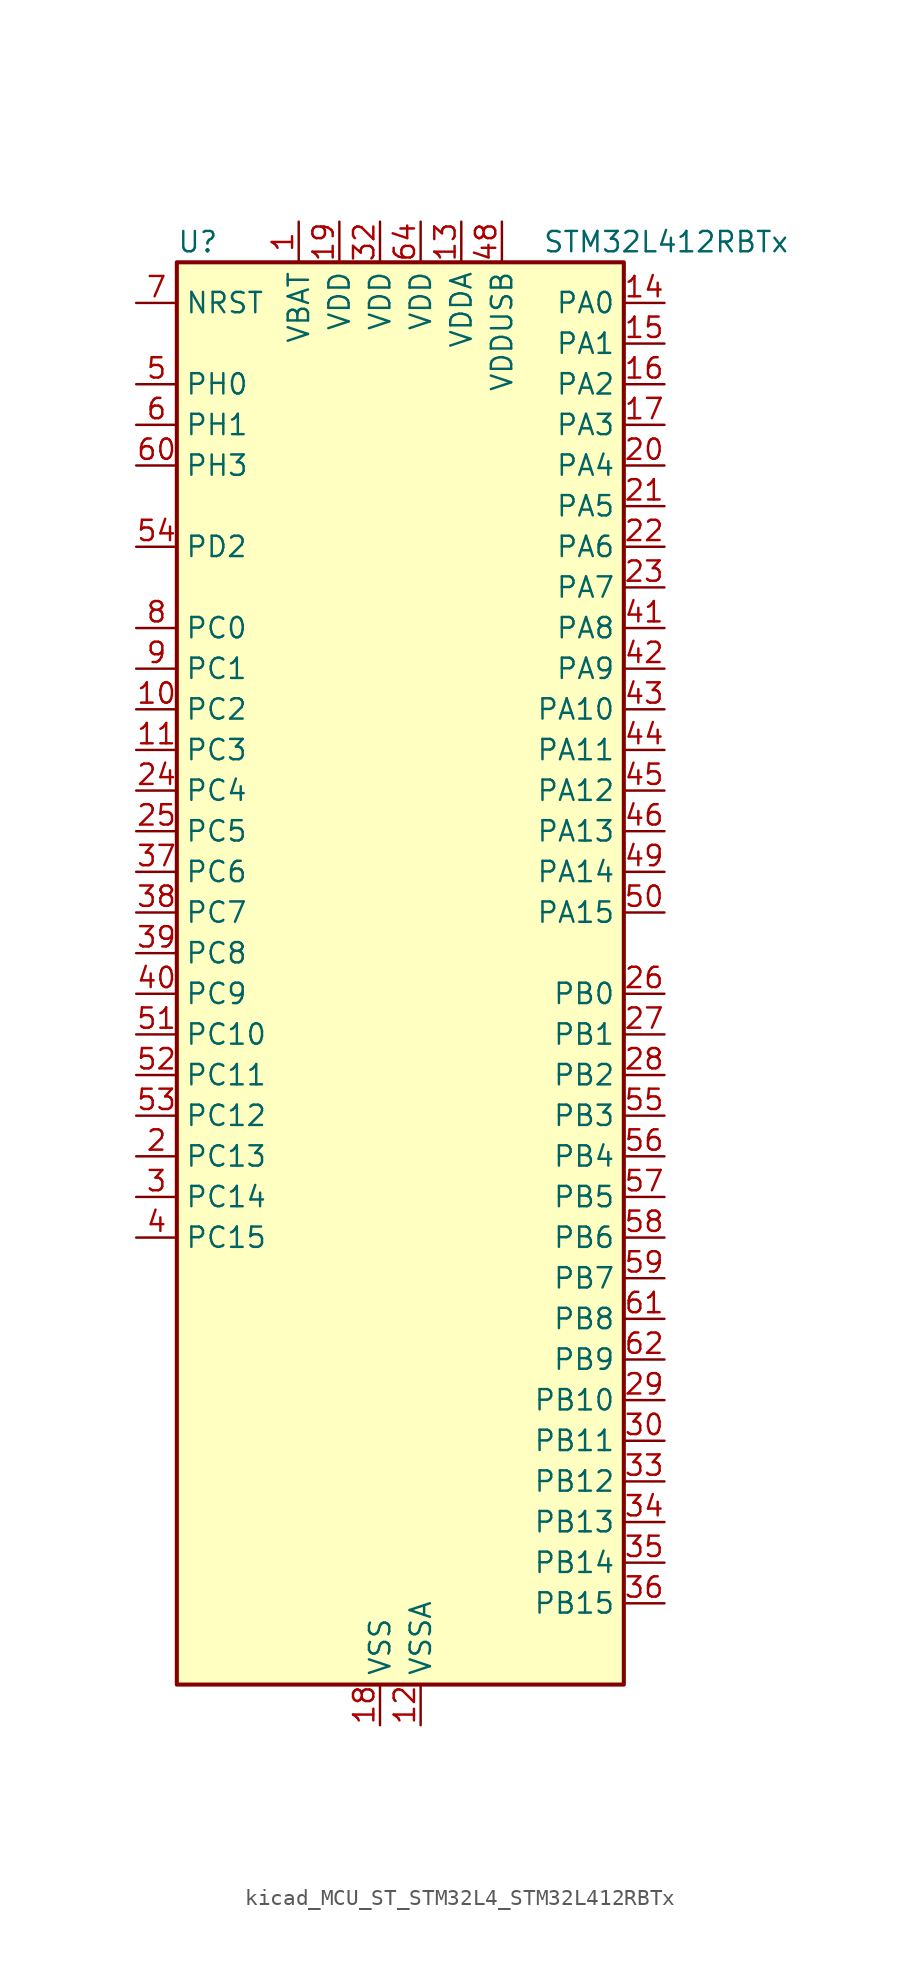
<source format=kicad_sym>
(kicad_symbol_lib
  (version 20220914)
  (generator kicad_symbol_editor)
  (symbol "kicad_MCU_ST_STM32L4_STM32L412RBTx"
    (property "Reference" "U"
      (at -12.7 46.99 0)
      (effects (font (size 1.27 1.27)) (justify left)))
    (property "Value" "STM32L412RBTx"
      (at 10.16 46.99 0)
      (effects (font (size 1.27 1.27)) (justify left)))
    (property "ki_locked" ""
      (at 0 0 0)
      (effects (font (size 1.27 1.27))))
    (symbol "kicad_MCU_ST_STM32L4_STM32L412RBTx_0_1"
      (rectangle (start -12.7 -43.18) (end 15.24 45.72) (stroke (width 0.254) (type default)) (fill (type background))))
    (symbol "kicad_MCU_ST_STM32L4_STM32L412RBTx_1_1"
      (pin power_in line (at -5.08 48.26 270) (length 2.54) (name "VBAT" (effects (font (size 1.27 1.27)))) (number "1" (effects (font (size 1.27 1.27)))))
      (pin bidirectional line (at -15.24 17.78 0) (length 2.54) (name "PC2" (effects (font (size 1.27 1.27)))) (number "10" (effects (font (size 1.27 1.27)))) (alternate "ADC1_IN3" bidirectional line) (alternate "ADC2_IN3" bidirectional line) (alternate "LPTIM1_IN2" bidirectional line) (alternate "SPI2_MISO" bidirectional line))
      (pin bidirectional line (at -15.24 15.24 0) (length 2.54) (name "PC3" (effects (font (size 1.27 1.27)))) (number "11" (effects (font (size 1.27 1.27)))) (alternate "ADC1_IN4" bidirectional line) (alternate "ADC2_IN4" bidirectional line) (alternate "LPTIM1_ETR" bidirectional line) (alternate "LPTIM2_ETR" bidirectional line) (alternate "SPI2_MOSI" bidirectional line))
      (pin power_in line (at 2.54 -45.72 90) (length 2.54) (name "VSSA" (effects (font (size 1.27 1.27)))) (number "12" (effects (font (size 1.27 1.27)))))
      (pin power_in line (at 5.08 48.26 270) (length 2.54) (name "VDDA" (effects (font (size 1.27 1.27)))) (number "13" (effects (font (size 1.27 1.27)))))
      (pin bidirectional line (at 17.78 43.18 180) (length 2.54) (name "PA0" (effects (font (size 1.27 1.27)))) (number "14" (effects (font (size 1.27 1.27)))) (alternate "ADC1_IN5" bidirectional line) (alternate "COMP1_INM" bidirectional line) (alternate "COMP1_OUT" bidirectional line) (alternate "OPAMP1_VINP" bidirectional line) (alternate "RTC_TAMP2" bidirectional line) (alternate "SYS_WKUP1" bidirectional line) (alternate "TIM2_CH1" bidirectional line) (alternate "TIM2_ETR" bidirectional line) (alternate "USART2_CTS" bidirectional line))
      (pin bidirectional line (at 17.78 40.64 180) (length 2.54) (name "PA1" (effects (font (size 1.27 1.27)))) (number "15" (effects (font (size 1.27 1.27)))) (alternate "ADC1_IN6" bidirectional line) (alternate "COMP1_INP" bidirectional line) (alternate "I2C1_SMBA" bidirectional line) (alternate "OPAMP1_VINM" bidirectional line) (alternate "SPI1_SCK" bidirectional line) (alternate "TIM15_CH1N" bidirectional line) (alternate "TIM2_CH2" bidirectional line) (alternate "USART2_DE" bidirectional line) (alternate "USART2_RTS" bidirectional line))
      (pin bidirectional line (at 17.78 38.1 180) (length 2.54) (name "PA2" (effects (font (size 1.27 1.27)))) (number "16" (effects (font (size 1.27 1.27)))) (alternate "ADC1_IN7" bidirectional line) (alternate "ADC2_IN7" bidirectional line) (alternate "LPUART1_TX" bidirectional line) (alternate "QUADSPI_BK1_NCS" bidirectional line) (alternate "RCC_LSCO" bidirectional line) (alternate "SYS_WKUP4" bidirectional line) (alternate "TIM15_CH1" bidirectional line) (alternate "TIM2_CH3" bidirectional line) (alternate "USART2_TX" bidirectional line))
      (pin bidirectional line (at 17.78 35.56 180) (length 2.54) (name "PA3" (effects (font (size 1.27 1.27)))) (number "17" (effects (font (size 1.27 1.27)))) (alternate "ADC1_IN8" bidirectional line) (alternate "ADC2_IN8" bidirectional line) (alternate "LPUART1_RX" bidirectional line) (alternate "OPAMP1_VOUT" bidirectional line) (alternate "QUADSPI_CLK" bidirectional line) (alternate "TIM15_CH2" bidirectional line) (alternate "TIM2_CH4" bidirectional line) (alternate "USART2_RX" bidirectional line))
      (pin power_in line (at 0 -45.72 90) (length 2.54) (name "VSS" (effects (font (size 1.27 1.27)))) (number "18" (effects (font (size 1.27 1.27)))))
      (pin power_in line (at -2.54 48.26 270) (length 2.54) (name "VDD" (effects (font (size 1.27 1.27)))) (number "19" (effects (font (size 1.27 1.27)))))
      (pin bidirectional line (at -15.24 -10.16 0) (length 2.54) (name "PC13" (effects (font (size 1.27 1.27)))) (number "2" (effects (font (size 1.27 1.27)))) (alternate "RTC_OUT_ALARM" bidirectional line) (alternate "RTC_OUT_CALIB" bidirectional line) (alternate "RTC_TAMP1" bidirectional line) (alternate "RTC_TS" bidirectional line) (alternate "SYS_WKUP2" bidirectional line))
      (pin bidirectional line (at 17.78 33.02 180) (length 2.54) (name "PA4" (effects (font (size 1.27 1.27)))) (number "20" (effects (font (size 1.27 1.27)))) (alternate "ADC1_IN9" bidirectional line) (alternate "ADC2_IN9" bidirectional line) (alternate "COMP1_INM" bidirectional line) (alternate "LPTIM2_OUT" bidirectional line) (alternate "SPI1_NSS" bidirectional line) (alternate "USART2_CK" bidirectional line))
      (pin bidirectional line (at 17.78 30.48 180) (length 2.54) (name "PA5" (effects (font (size 1.27 1.27)))) (number "21" (effects (font (size 1.27 1.27)))) (alternate "ADC1_IN10" bidirectional line) (alternate "ADC2_IN10" bidirectional line) (alternate "COMP1_INM" bidirectional line) (alternate "LPTIM2_ETR" bidirectional line) (alternate "SPI1_SCK" bidirectional line) (alternate "TIM2_CH1" bidirectional line) (alternate "TIM2_ETR" bidirectional line))
      (pin bidirectional line (at 17.78 27.94 180) (length 2.54) (name "PA6" (effects (font (size 1.27 1.27)))) (number "22" (effects (font (size 1.27 1.27)))) (alternate "ADC1_IN11" bidirectional line) (alternate "ADC2_IN11" bidirectional line) (alternate "COMP1_OUT" bidirectional line) (alternate "LPUART1_CTS" bidirectional line) (alternate "QUADSPI_BK1_IO3" bidirectional line) (alternate "SPI1_MISO" bidirectional line) (alternate "TIM16_CH1" bidirectional line) (alternate "TIM1_BKIN" bidirectional line) (alternate "USART3_CTS" bidirectional line))
      (pin bidirectional line (at 17.78 25.4 180) (length 2.54) (name "PA7" (effects (font (size 1.27 1.27)))) (number "23" (effects (font (size 1.27 1.27)))) (alternate "ADC1_IN12" bidirectional line) (alternate "ADC2_IN12" bidirectional line) (alternate "I2C3_SCL" bidirectional line) (alternate "QUADSPI_BK1_IO2" bidirectional line) (alternate "SPI1_MOSI" bidirectional line) (alternate "TIM1_CH1N" bidirectional line))
      (pin bidirectional line (at -15.24 12.7 0) (length 2.54) (name "PC4" (effects (font (size 1.27 1.27)))) (number "24" (effects (font (size 1.27 1.27)))) (alternate "ADC1_IN13" bidirectional line) (alternate "ADC2_IN13" bidirectional line) (alternate "COMP1_INM" bidirectional line) (alternate "USART3_TX" bidirectional line))
      (pin bidirectional line (at -15.24 10.16 0) (length 2.54) (name "PC5" (effects (font (size 1.27 1.27)))) (number "25" (effects (font (size 1.27 1.27)))) (alternate "ADC1_IN14" bidirectional line) (alternate "ADC2_IN14" bidirectional line) (alternate "COMP1_INP" bidirectional line) (alternate "SYS_WKUP5" bidirectional line) (alternate "USART3_RX" bidirectional line))
      (pin bidirectional line (at 17.78 0 180) (length 2.54) (name "PB0" (effects (font (size 1.27 1.27)))) (number "26" (effects (font (size 1.27 1.27)))) (alternate "ADC1_IN15" bidirectional line) (alternate "ADC2_IN15" bidirectional line) (alternate "COMP1_OUT" bidirectional line) (alternate "QUADSPI_BK1_IO1" bidirectional line) (alternate "SPI1_NSS" bidirectional line) (alternate "SYS_TRACED0" bidirectional line) (alternate "TIM1_CH2N" bidirectional line) (alternate "USART3_CK" bidirectional line))
      (pin bidirectional line (at 17.78 -2.54 180) (length 2.54) (name "PB1" (effects (font (size 1.27 1.27)))) (number "27" (effects (font (size 1.27 1.27)))) (alternate "ADC1_IN16" bidirectional line) (alternate "ADC2_IN16" bidirectional line) (alternate "COMP1_INM" bidirectional line) (alternate "LPTIM2_IN1" bidirectional line) (alternate "LPUART1_DE" bidirectional line) (alternate "LPUART1_RTS" bidirectional line) (alternate "QUADSPI_BK1_IO0" bidirectional line) (alternate "SYS_TRACED1" bidirectional line) (alternate "TIM1_CH3N" bidirectional line) (alternate "USART3_DE" bidirectional line) (alternate "USART3_RTS" bidirectional line))
      (pin bidirectional line (at 17.78 -5.08 180) (length 2.54) (name "PB2" (effects (font (size 1.27 1.27)))) (number "28" (effects (font (size 1.27 1.27)))) (alternate "COMP1_INP" bidirectional line) (alternate "I2C3_SMBA" bidirectional line) (alternate "LPTIM1_OUT" bidirectional line) (alternate "RTC_OUT_ALARM" bidirectional line) (alternate "RTC_OUT_CALIB" bidirectional line))
      (pin bidirectional line (at 17.78 -25.4 180) (length 2.54) (name "PB10" (effects (font (size 1.27 1.27)))) (number "29" (effects (font (size 1.27 1.27)))) (alternate "COMP1_OUT" bidirectional line) (alternate "I2C2_SCL" bidirectional line) (alternate "LPUART1_RX" bidirectional line) (alternate "QUADSPI_CLK" bidirectional line) (alternate "SPI2_SCK" bidirectional line) (alternate "TIM2_CH3" bidirectional line) (alternate "TSC_SYNC" bidirectional line) (alternate "USART3_TX" bidirectional line))
      (pin bidirectional line (at -15.24 -12.7 0) (length 2.54) (name "PC14" (effects (font (size 1.27 1.27)))) (number "3" (effects (font (size 1.27 1.27)))) (alternate "RCC_OSC32_IN" bidirectional line))
      (pin bidirectional line (at 17.78 -27.94 180) (length 2.54) (name "PB11" (effects (font (size 1.27 1.27)))) (number "30" (effects (font (size 1.27 1.27)))) (alternate "ADC1_EXTI11" bidirectional line) (alternate "ADC2_EXTI11" bidirectional line) (alternate "I2C2_SDA" bidirectional line) (alternate "LPUART1_TX" bidirectional line) (alternate "QUADSPI_BK1_NCS" bidirectional line) (alternate "TIM2_CH4" bidirectional line) (alternate "USART3_RX" bidirectional line))
      (pin passive line (at 0 -45.72 90) (length 2.54) hide (name "VSS" (effects (font (size 1.27 1.27)))) (number "31" (effects (font (size 1.27 1.27)))))
      (pin power_in line (at 0 48.26 270) (length 2.54) (name "VDD" (effects (font (size 1.27 1.27)))) (number "32" (effects (font (size 1.27 1.27)))))
      (pin bidirectional line (at 17.78 -30.48 180) (length 2.54) (name "PB12" (effects (font (size 1.27 1.27)))) (number "33" (effects (font (size 1.27 1.27)))) (alternate "I2C2_SMBA" bidirectional line) (alternate "LPUART1_DE" bidirectional line) (alternate "LPUART1_RTS" bidirectional line) (alternate "SPI2_NSS" bidirectional line) (alternate "TIM15_BKIN" bidirectional line) (alternate "TIM1_BKIN" bidirectional line) (alternate "TSC_G1_IO1" bidirectional line) (alternate "USART3_CK" bidirectional line))
      (pin bidirectional line (at 17.78 -33.02 180) (length 2.54) (name "PB13" (effects (font (size 1.27 1.27)))) (number "34" (effects (font (size 1.27 1.27)))) (alternate "I2C2_SCL" bidirectional line) (alternate "LPUART1_CTS" bidirectional line) (alternate "SPI2_SCK" bidirectional line) (alternate "TIM15_CH1N" bidirectional line) (alternate "TIM1_CH1N" bidirectional line) (alternate "TSC_G1_IO2" bidirectional line) (alternate "USART3_CTS" bidirectional line))
      (pin bidirectional line (at 17.78 -35.56 180) (length 2.54) (name "PB14" (effects (font (size 1.27 1.27)))) (number "35" (effects (font (size 1.27 1.27)))) (alternate "I2C2_SDA" bidirectional line) (alternate "SPI2_MISO" bidirectional line) (alternate "TIM15_CH1" bidirectional line) (alternate "TIM1_CH2N" bidirectional line) (alternate "TSC_G1_IO3" bidirectional line) (alternate "USART3_DE" bidirectional line) (alternate "USART3_RTS" bidirectional line))
      (pin bidirectional line (at 17.78 -38.1 180) (length 2.54) (name "PB15" (effects (font (size 1.27 1.27)))) (number "36" (effects (font (size 1.27 1.27)))) (alternate "ADC1_EXTI15" bidirectional line) (alternate "ADC2_EXTI15" bidirectional line) (alternate "RTC_REFIN" bidirectional line) (alternate "SPI2_MOSI" bidirectional line) (alternate "TIM15_CH2" bidirectional line) (alternate "TIM1_CH3N" bidirectional line) (alternate "TSC_G1_IO4" bidirectional line))
      (pin bidirectional line (at -15.24 7.62 0) (length 2.54) (name "PC6" (effects (font (size 1.27 1.27)))) (number "37" (effects (font (size 1.27 1.27)))) (alternate "TSC_G4_IO1" bidirectional line))
      (pin bidirectional line (at -15.24 5.08 0) (length 2.54) (name "PC7" (effects (font (size 1.27 1.27)))) (number "38" (effects (font (size 1.27 1.27)))) (alternate "TSC_G4_IO2" bidirectional line))
      (pin bidirectional line (at -15.24 2.54 0) (length 2.54) (name "PC8" (effects (font (size 1.27 1.27)))) (number "39" (effects (font (size 1.27 1.27)))) (alternate "TSC_G4_IO3" bidirectional line))
      (pin bidirectional line (at -15.24 -15.24 0) (length 2.54) (name "PC15" (effects (font (size 1.27 1.27)))) (number "4" (effects (font (size 1.27 1.27)))) (alternate "ADC1_EXTI15" bidirectional line) (alternate "ADC2_EXTI15" bidirectional line) (alternate "RCC_OSC32_OUT" bidirectional line))
      (pin bidirectional line (at -15.24 0 0) (length 2.54) (name "PC9" (effects (font (size 1.27 1.27)))) (number "40" (effects (font (size 1.27 1.27)))) (alternate "TSC_G4_IO4" bidirectional line) (alternate "USB_NOE" bidirectional line))
      (pin bidirectional line (at 17.78 22.86 180) (length 2.54) (name "PA8" (effects (font (size 1.27 1.27)))) (number "41" (effects (font (size 1.27 1.27)))) (alternate "LPTIM2_OUT" bidirectional line) (alternate "RCC_MCO" bidirectional line) (alternate "TIM1_CH1" bidirectional line) (alternate "USART1_CK" bidirectional line))
      (pin bidirectional line (at 17.78 20.32 180) (length 2.54) (name "PA9" (effects (font (size 1.27 1.27)))) (number "42" (effects (font (size 1.27 1.27)))) (alternate "I2C1_SCL" bidirectional line) (alternate "TIM15_BKIN" bidirectional line) (alternate "TIM1_CH2" bidirectional line) (alternate "USART1_TX" bidirectional line))
      (pin bidirectional line (at 17.78 17.78 180) (length 2.54) (name "PA10" (effects (font (size 1.27 1.27)))) (number "43" (effects (font (size 1.27 1.27)))) (alternate "CRS_SYNC" bidirectional line) (alternate "I2C1_SDA" bidirectional line) (alternate "TIM1_CH3" bidirectional line) (alternate "USART1_RX" bidirectional line))
      (pin bidirectional line (at 17.78 15.24 180) (length 2.54) (name "PA11" (effects (font (size 1.27 1.27)))) (number "44" (effects (font (size 1.27 1.27)))) (alternate "ADC1_EXTI11" bidirectional line) (alternate "ADC2_EXTI11" bidirectional line) (alternate "COMP1_OUT" bidirectional line) (alternate "SPI1_MISO" bidirectional line) (alternate "TIM1_BKIN2" bidirectional line) (alternate "TIM1_BKIN2_COMP1" bidirectional line) (alternate "TIM1_CH4" bidirectional line) (alternate "USART1_CTS" bidirectional line) (alternate "USB_DM" bidirectional line))
      (pin bidirectional line (at 17.78 12.7 180) (length 2.54) (name "PA12" (effects (font (size 1.27 1.27)))) (number "45" (effects (font (size 1.27 1.27)))) (alternate "SPI1_MOSI" bidirectional line) (alternate "TIM1_ETR" bidirectional line) (alternate "USART1_DE" bidirectional line) (alternate "USART1_RTS" bidirectional line) (alternate "USB_DP" bidirectional line))
      (pin bidirectional line (at 17.78 10.16 180) (length 2.54) (name "PA13" (effects (font (size 1.27 1.27)))) (number "46" (effects (font (size 1.27 1.27)))) (alternate "IR_OUT" bidirectional line) (alternate "SYS_JTMS-SWDIO" bidirectional line) (alternate "USB_NOE" bidirectional line))
      (pin passive line (at 0 -45.72 90) (length 2.54) hide (name "VSS" (effects (font (size 1.27 1.27)))) (number "47" (effects (font (size 1.27 1.27)))))
      (pin power_in line (at 7.62 48.26 270) (length 2.54) (name "VDDUSB" (effects (font (size 1.27 1.27)))) (number "48" (effects (font (size 1.27 1.27)))))
      (pin bidirectional line (at 17.78 7.62 180) (length 2.54) (name "PA14" (effects (font (size 1.27 1.27)))) (number "49" (effects (font (size 1.27 1.27)))) (alternate "I2C1_SMBA" bidirectional line) (alternate "LPTIM1_OUT" bidirectional line) (alternate "SYS_JTCK-SWCLK" bidirectional line))
      (pin bidirectional line (at -15.24 38.1 0) (length 2.54) (name "PH0" (effects (font (size 1.27 1.27)))) (number "5" (effects (font (size 1.27 1.27)))) (alternate "RCC_OSC_IN" bidirectional line))
      (pin bidirectional line (at 17.78 5.08 180) (length 2.54) (name "PA15" (effects (font (size 1.27 1.27)))) (number "50" (effects (font (size 1.27 1.27)))) (alternate "ADC1_EXTI15" bidirectional line) (alternate "ADC2_EXTI15" bidirectional line) (alternate "SPI1_NSS" bidirectional line) (alternate "SYS_JTDI" bidirectional line) (alternate "TIM2_CH1" bidirectional line) (alternate "TIM2_ETR" bidirectional line) (alternate "TSC_G3_IO1" bidirectional line) (alternate "USART2_RX" bidirectional line) (alternate "USART3_DE" bidirectional line) (alternate "USART3_RTS" bidirectional line))
      (pin bidirectional line (at -15.24 -2.54 0) (length 2.54) (name "PC10" (effects (font (size 1.27 1.27)))) (number "51" (effects (font (size 1.27 1.27)))) (alternate "SYS_TRACED1" bidirectional line) (alternate "TSC_G3_IO2" bidirectional line) (alternate "USART3_TX" bidirectional line))
      (pin bidirectional line (at -15.24 -5.08 0) (length 2.54) (name "PC11" (effects (font (size 1.27 1.27)))) (number "52" (effects (font (size 1.27 1.27)))) (alternate "ADC1_EXTI11" bidirectional line) (alternate "ADC2_EXTI11" bidirectional line) (alternate "TSC_G3_IO3" bidirectional line) (alternate "USART3_RX" bidirectional line))
      (pin bidirectional line (at -15.24 -7.62 0) (length 2.54) (name "PC12" (effects (font (size 1.27 1.27)))) (number "53" (effects (font (size 1.27 1.27)))) (alternate "SYS_TRACED3" bidirectional line) (alternate "TSC_G3_IO4" bidirectional line) (alternate "USART3_CK" bidirectional line))
      (pin bidirectional line (at -15.24 27.94 0) (length 2.54) (name "PD2" (effects (font (size 1.27 1.27)))) (number "54" (effects (font (size 1.27 1.27)))) (alternate "SYS_TRACED2" bidirectional line) (alternate "TSC_SYNC" bidirectional line) (alternate "USART3_DE" bidirectional line) (alternate "USART3_RTS" bidirectional line))
      (pin bidirectional line (at 17.78 -7.62 180) (length 2.54) (name "PB3" (effects (font (size 1.27 1.27)))) (number "55" (effects (font (size 1.27 1.27)))) (alternate "SPI1_SCK" bidirectional line) (alternate "SYS_JTDO-SWO" bidirectional line) (alternate "TIM2_CH2" bidirectional line) (alternate "USART1_DE" bidirectional line) (alternate "USART1_RTS" bidirectional line))
      (pin bidirectional line (at 17.78 -10.16 180) (length 2.54) (name "PB4" (effects (font (size 1.27 1.27)))) (number "56" (effects (font (size 1.27 1.27)))) (alternate "I2C3_SDA" bidirectional line) (alternate "SPI1_MISO" bidirectional line) (alternate "SYS_JTRST" bidirectional line) (alternate "TSC_G2_IO1" bidirectional line) (alternate "USART1_CTS" bidirectional line))
      (pin bidirectional line (at 17.78 -12.7 180) (length 2.54) (name "PB5" (effects (font (size 1.27 1.27)))) (number "57" (effects (font (size 1.27 1.27)))) (alternate "I2C1_SMBA" bidirectional line) (alternate "LPTIM1_IN1" bidirectional line) (alternate "SPI1_MOSI" bidirectional line) (alternate "SYS_TRACED2" bidirectional line) (alternate "TIM16_BKIN" bidirectional line) (alternate "TSC_G2_IO2" bidirectional line) (alternate "USART1_CK" bidirectional line))
      (pin bidirectional line (at 17.78 -15.24 180) (length 2.54) (name "PB6" (effects (font (size 1.27 1.27)))) (number "58" (effects (font (size 1.27 1.27)))) (alternate "I2C1_SCL" bidirectional line) (alternate "LPTIM1_ETR" bidirectional line) (alternate "SYS_TRACED3" bidirectional line) (alternate "TIM16_CH1N" bidirectional line) (alternate "TSC_G2_IO3" bidirectional line) (alternate "USART1_TX" bidirectional line))
      (pin bidirectional line (at 17.78 -17.78 180) (length 2.54) (name "PB7" (effects (font (size 1.27 1.27)))) (number "59" (effects (font (size 1.27 1.27)))) (alternate "I2C1_SDA" bidirectional line) (alternate "LPTIM1_IN2" bidirectional line) (alternate "SYS_PVD_IN" bidirectional line) (alternate "SYS_TRACECLK" bidirectional line) (alternate "TSC_G2_IO4" bidirectional line) (alternate "USART1_RX" bidirectional line))
      (pin bidirectional line (at -15.24 35.56 0) (length 2.54) (name "PH1" (effects (font (size 1.27 1.27)))) (number "6" (effects (font (size 1.27 1.27)))) (alternate "RCC_OSC_OUT" bidirectional line))
      (pin bidirectional line (at -15.24 33.02 0) (length 2.54) (name "PH3" (effects (font (size 1.27 1.27)))) (number "60" (effects (font (size 1.27 1.27)))))
      (pin bidirectional line (at 17.78 -20.32 180) (length 2.54) (name "PB8" (effects (font (size 1.27 1.27)))) (number "61" (effects (font (size 1.27 1.27)))) (alternate "I2C1_SCL" bidirectional line) (alternate "TIM16_CH1" bidirectional line))
      (pin bidirectional line (at 17.78 -22.86 180) (length 2.54) (name "PB9" (effects (font (size 1.27 1.27)))) (number "62" (effects (font (size 1.27 1.27)))) (alternate "I2C1_SDA" bidirectional line) (alternate "IR_OUT" bidirectional line) (alternate "SPI2_NSS" bidirectional line))
      (pin passive line (at 0 -45.72 90) (length 2.54) hide (name "VSS" (effects (font (size 1.27 1.27)))) (number "63" (effects (font (size 1.27 1.27)))))
      (pin power_in line (at 2.54 48.26 270) (length 2.54) (name "VDD" (effects (font (size 1.27 1.27)))) (number "64" (effects (font (size 1.27 1.27)))))
      (pin input line (at -15.24 43.18 0) (length 2.54) (name "NRST" (effects (font (size 1.27 1.27)))) (number "7" (effects (font (size 1.27 1.27)))))
      (pin bidirectional line (at -15.24 22.86 0) (length 2.54) (name "PC0" (effects (font (size 1.27 1.27)))) (number "8" (effects (font (size 1.27 1.27)))) (alternate "ADC1_IN1" bidirectional line) (alternate "ADC2_IN1" bidirectional line) (alternate "I2C3_SCL" bidirectional line) (alternate "LPTIM1_IN1" bidirectional line) (alternate "LPTIM2_IN1" bidirectional line) (alternate "LPUART1_RX" bidirectional line) (alternate "SYS_TRACECLK" bidirectional line))
      (pin bidirectional line (at -15.24 20.32 0) (length 2.54) (name "PC1" (effects (font (size 1.27 1.27)))) (number "9" (effects (font (size 1.27 1.27)))) (alternate "ADC1_IN2" bidirectional line) (alternate "ADC2_IN2" bidirectional line) (alternate "I2C3_SDA" bidirectional line) (alternate "LPTIM1_OUT" bidirectional line) (alternate "LPUART1_TX" bidirectional line) (alternate "SYS_TRACED0" bidirectional line)))))
</source>
